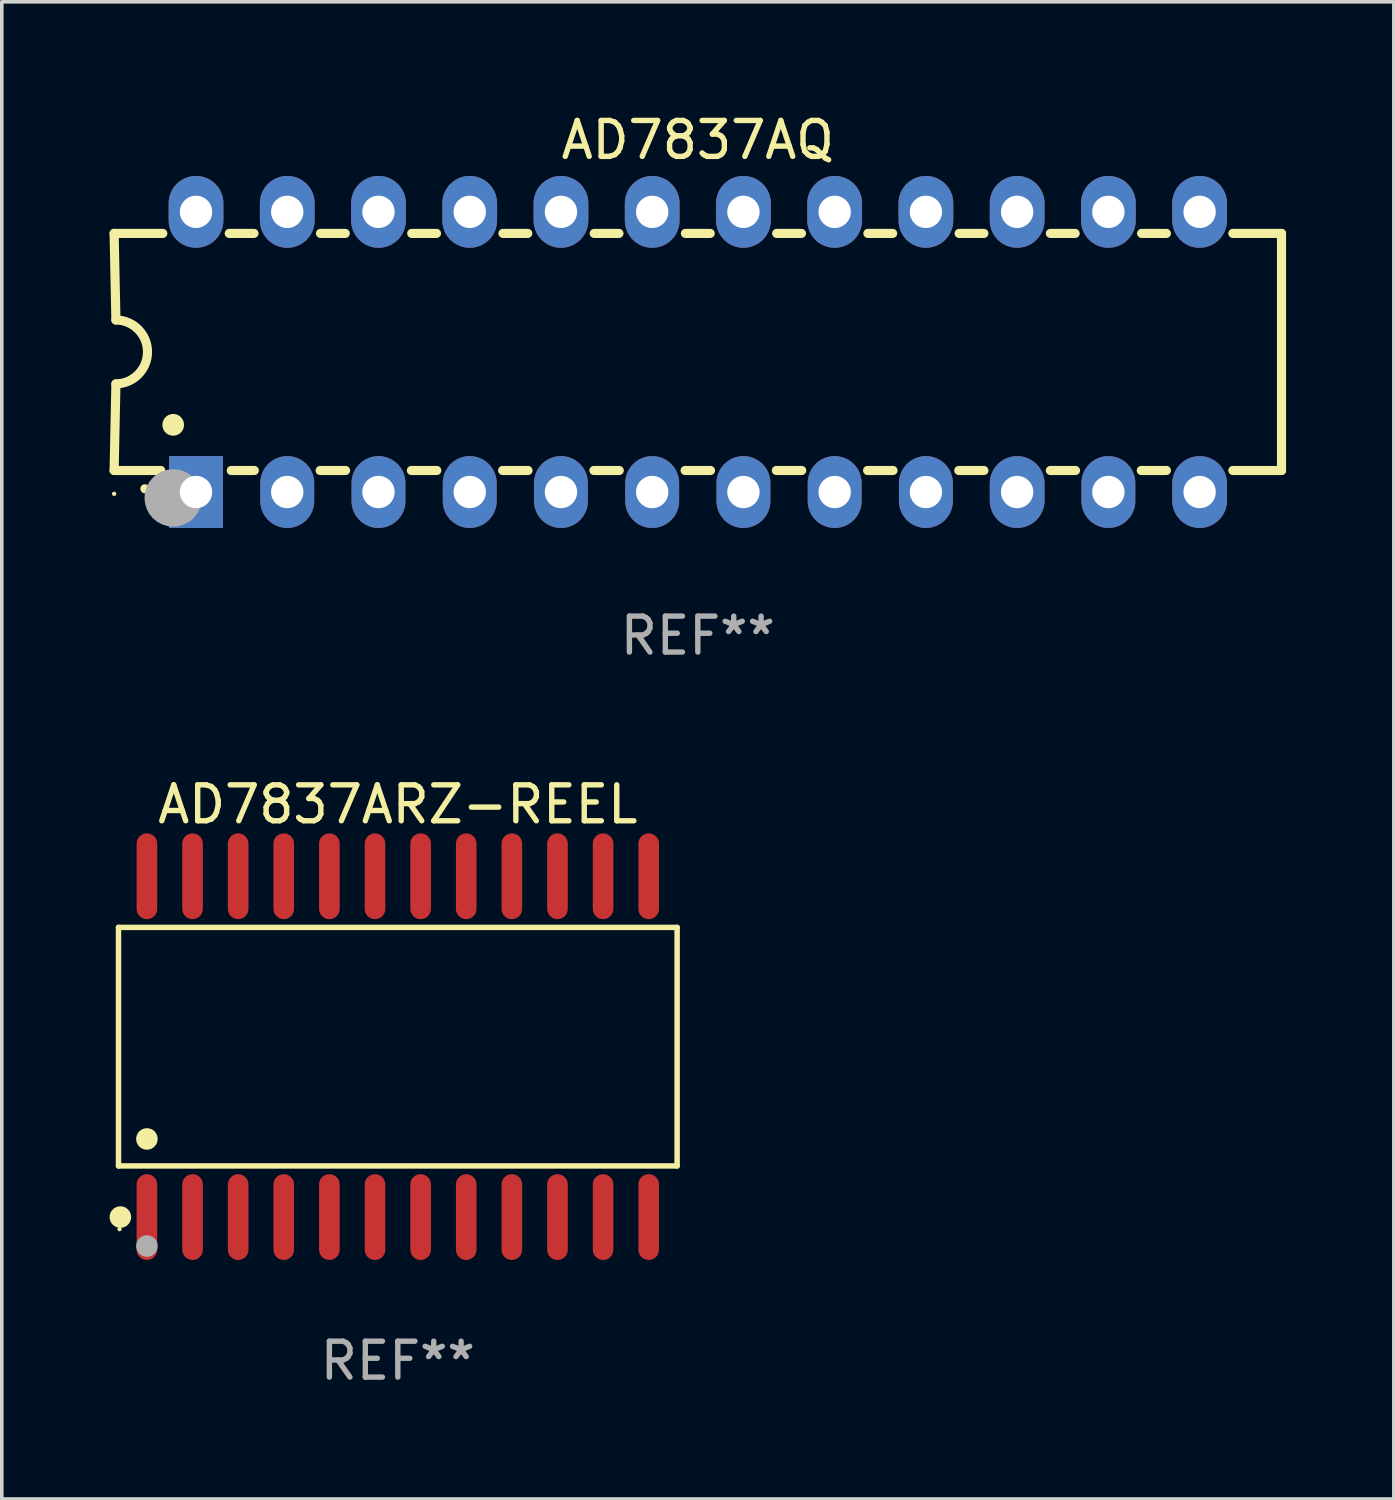
<source format=kicad_pcb>
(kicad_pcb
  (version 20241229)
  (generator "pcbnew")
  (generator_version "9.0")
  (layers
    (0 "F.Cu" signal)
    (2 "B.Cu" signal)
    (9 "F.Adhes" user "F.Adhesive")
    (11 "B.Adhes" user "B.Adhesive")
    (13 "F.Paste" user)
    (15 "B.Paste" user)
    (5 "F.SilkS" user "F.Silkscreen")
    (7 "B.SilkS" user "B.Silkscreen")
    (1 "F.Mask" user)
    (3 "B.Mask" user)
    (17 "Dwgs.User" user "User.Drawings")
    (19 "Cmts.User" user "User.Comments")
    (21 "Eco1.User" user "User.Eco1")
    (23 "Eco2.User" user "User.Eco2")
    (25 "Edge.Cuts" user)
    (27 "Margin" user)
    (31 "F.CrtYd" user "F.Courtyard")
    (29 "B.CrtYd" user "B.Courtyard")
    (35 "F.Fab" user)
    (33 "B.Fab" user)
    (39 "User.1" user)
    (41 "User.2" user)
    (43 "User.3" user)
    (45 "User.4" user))
  (footprint "AD7837AQ"
    (layer "F.Cu")
    (at 16.377 6.748)
    (property "Reference" "AD7837AQ" (at 0 -5.9 0) (layer "F.SilkS") (effects (font (size 1 1) (thickness 0.15))))
    (attr through_hole)
    (fp_line (start -16.25 -3.3) (end -16.2 -0.889) (stroke (width 0.254) (type solid)) (layer "F.SilkS"))
    (fp_line (start -16.25 -3.3) (end -14.895 -3.3) (stroke (width 0.254) (type solid)) (layer "F.SilkS"))
    (fp_line (start -16.25 3.3) (end -16.2 0.889) (stroke (width 0.254) (type solid)) (layer "F.SilkS"))
    (fp_line (start -16.25 3.3) (end -14.951 3.3) (stroke (width 0.254) (type solid)) (layer "F.SilkS"))
    (fp_line (start -13.045 -3.3) (end -12.355 -3.3) (stroke (width 0.254) (type solid)) (layer "F.SilkS"))
    (fp_line (start -12.989 3.3) (end -12.347 3.3) (stroke (width 0.254) (type solid)) (layer "F.SilkS"))
    (fp_line (start -10.514 3.3) (end -9.807 3.3) (stroke (width 0.254) (type solid)) (layer "F.SilkS"))
    (fp_line (start -10.505 -3.3) (end -9.815 -3.3) (stroke (width 0.254) (type solid)) (layer "F.SilkS"))
    (fp_line (start -7.974 3.3) (end -7.267 3.3) (stroke (width 0.254) (type solid)) (layer "F.SilkS"))
    (fp_line (start -7.965 -3.3) (end -7.275 -3.3) (stroke (width 0.254) (type solid)) (layer "F.SilkS"))
    (fp_line (start -5.434 3.3) (end -4.727 3.3) (stroke (width 0.254) (type solid)) (layer "F.SilkS"))
    (fp_line (start -5.425 -3.3) (end -4.735 -3.3) (stroke (width 0.254) (type solid)) (layer "F.SilkS"))
    (fp_line (start -2.894 3.3) (end -2.187 3.3) (stroke (width 0.254) (type solid)) (layer "F.SilkS"))
    (fp_line (start -2.885 -3.3) (end -2.195 -3.3) (stroke (width 0.254) (type solid)) (layer "F.SilkS"))
    (fp_line (start -0.354 3.3) (end 0.353 3.3) (stroke (width 0.254) (type solid)) (layer "F.SilkS"))
    (fp_line (start -0.345 -3.3) (end 0.345 -3.3) (stroke (width 0.254) (type solid)) (layer "F.SilkS"))
    (fp_line (start 2.186 3.3) (end 2.893 3.3) (stroke (width 0.254) (type solid)) (layer "F.SilkS"))
    (fp_line (start 2.195 -3.3) (end 2.885 -3.3) (stroke (width 0.254) (type solid)) (layer "F.SilkS"))
    (fp_line (start 4.726 3.3) (end 5.434 3.3) (stroke (width 0.254) (type solid)) (layer "F.SilkS"))
    (fp_line (start 4.735 -3.3) (end 5.425 -3.3) (stroke (width 0.254) (type solid)) (layer "F.SilkS"))
    (fp_line (start 7.266 3.3) (end 7.965 3.3) (stroke (width 0.254) (type solid)) (layer "F.SilkS"))
    (fp_line (start 7.275 -3.3) (end 7.965 -3.3) (stroke (width 0.254) (type solid)) (layer "F.SilkS"))
    (fp_line (start 9.815 -3.3) (end 10.505 -3.3) (stroke (width 0.254) (type solid)) (layer "F.SilkS"))
    (fp_line (start 9.815 3.3) (end 10.514 3.3) (stroke (width 0.254) (type solid)) (layer "F.SilkS"))
    (fp_line (start 12.346 3.3) (end 13.045 3.3) (stroke (width 0.254) (type solid)) (layer "F.SilkS"))
    (fp_line (start 12.355 -3.3) (end 13.045 -3.3) (stroke (width 0.254) (type solid)) (layer "F.SilkS"))
    (fp_line (start 16.25 -3.3) (end 14.895 -3.3) (stroke (width 0.254) (type solid)) (layer "F.SilkS"))
    (fp_line (start 16.25 -3.3) (end 16.25 3.3) (stroke (width 0.254) (type solid)) (layer "F.SilkS"))
    (fp_line (start 16.25 3.3) (end 14.895 3.3) (stroke (width 0.254) (type solid)) (layer "F.SilkS"))
    (fp_arc (start -16.201016 -0.890146) (mid -15.311429 -0.001055) (end -16.200025 0.889027) (stroke (width 0.254001) (type solid)) (layer "F.SilkS"))
    (fp_arc (start -15.394971 3.810033) (mid -15.394978 3.808763) (end -15.394971 3.807493) (stroke (width 0.25) (type solid)) (layer "F.SilkS"))
    (fp_arc (start -14.605029 2.032029) (mid -14.60504 2.029489) (end -14.605029 2.026949) (stroke (width 0.6) (type solid)) (layer "F.SilkS"))
    (fp_circle (center -16.25 3.95) (end -16.22 3.95) (stroke (width 0.06) (type solid)) (fill no) (layer "F.SilkS"))
    (fp_circle (center -14.605 4.064) (end -14.205 4.064) (stroke (width 0.8) (type solid)) (fill no) (layer "F.Fab"))
    (fp_text user "REF**" (at 0 7.9 0) (layer "F.Fab") (effects (font (size 1 1) (thickness 0.15))))
    (pad "1" thru_hole rect (at -13.97 3.9 90) (size 2 1.5) (drill 0.9) (layers "*.Cu" "*.Mask"))
    (pad "2" thru_hole oval (at -11.43 3.9 90) (size 2 1.5) (drill 0.9) (layers "*.Cu" "*.Mask"))
    (pad "3" thru_hole oval (at -8.89 3.9 90) (size 2 1.5) (drill 0.9) (layers "*.Cu" "*.Mask"))
    (pad "4" thru_hole oval (at -6.35 3.9 90) (size 2 1.5) (drill 0.9) (layers "*.Cu" "*.Mask"))
    (pad "5" thru_hole oval (at -3.81 3.9 90) (size 2 1.5) (drill 0.9) (layers "*.Cu" "*.Mask"))
    (pad "6" thru_hole oval (at -1.27 3.9 90) (size 2 1.5) (drill 0.9) (layers "*.Cu" "*.Mask"))
    (pad "7" thru_hole oval (at 1.27 3.9 90) (size 2 1.5) (drill 0.9) (layers "*.Cu" "*.Mask"))
    (pad "8" thru_hole oval (at 3.81 3.9 90) (size 2 1.5) (drill 0.9) (layers "*.Cu" "*.Mask"))
    (pad "9" thru_hole oval (at 6.35 3.9 90) (size 2 1.5) (drill 0.9) (layers "*.Cu" "*.Mask"))
    (pad "10" thru_hole oval (at 8.89 3.9 90) (size 2 1.524) (drill 0.9) (layers "*.Cu" "*.Mask"))
    (pad "11" thru_hole oval (at 11.43 3.9 90) (size 2 1.5) (drill 0.9) (layers "*.Cu" "*.Mask"))
    (pad "12" thru_hole oval (at 13.97 3.9 90) (size 2 1.524) (drill 0.9) (layers "*.Cu" "*.Mask"))
    (pad "13" thru_hole oval (at 13.97 -3.9 90) (size 2 1.524) (drill 0.9) (layers "*.Cu" "*.Mask"))
    (pad "14" thru_hole oval (at 11.43 -3.9 90) (size 2 1.524) (drill 0.9) (layers "*.Cu" "*.Mask"))
    (pad "15" thru_hole oval (at 8.89 -3.9 90) (size 2 1.524) (drill 0.9) (layers "*.Cu" "*.Mask"))
    (pad "16" thru_hole oval (at 6.35 -3.9 90) (size 2 1.524) (drill 0.9) (layers "*.Cu" "*.Mask"))
    (pad "17" thru_hole oval (at 3.81 -3.9 90) (size 2 1.524) (drill 0.9) (layers "*.Cu" "*.Mask"))
    (pad "18" thru_hole oval (at 1.27 -3.9 90) (size 2 1.524) (drill 0.9) (layers "*.Cu" "*.Mask"))
    (pad "19" thru_hole oval (at -1.27 -3.9 90) (size 2 1.524) (drill 0.9) (layers "*.Cu" "*.Mask"))
    (pad "20" thru_hole oval (at -3.81 -3.9 90) (size 2 1.524) (drill 0.9) (layers "*.Cu" "*.Mask"))
    (pad "21" thru_hole oval (at -6.35 -3.9 90) (size 2 1.524) (drill 0.9) (layers "*.Cu" "*.Mask"))
    (pad "22" thru_hole oval (at -8.89 -3.9 90) (size 2 1.524) (drill 0.9) (layers "*.Cu" "*.Mask"))
    (pad "23" thru_hole oval (at -11.43 -3.9 90) (size 2 1.524) (drill 0.9) (layers "*.Cu" "*.Mask"))
    (pad "24" thru_hole oval (at -13.97 -3.9 90) (size 2 1.524) (drill 0.9) (layers "*.Cu" "*.Mask")))
  (footprint "AD7837ARZ-REEL"
    (layer "F.Cu")
    (at 8.025 26.089)
    (property "Reference" "AD7837ARZ-REEL" (at 0 -6.744 0) (layer "F.SilkS") (effects (font (size 1 1) (thickness 0.15))))
    (attr through_hole)
    (fp_line (start -7.776 -3.321) (end 7.776 -3.321) (stroke (width 0.152) (type solid)) (layer "F.SilkS"))
    (fp_line (start -7.776 3.321) (end -7.776 -3.321) (stroke (width 0.152) (type solid)) (layer "F.SilkS"))
    (fp_line (start 7.776 -3.321) (end 7.776 3.321) (stroke (width 0.152) (type solid)) (layer "F.SilkS"))
    (fp_line (start 7.776 3.321) (end -7.776 3.321) (stroke (width 0.152) (type solid)) (layer "F.SilkS"))
    (fp_circle (center -7.747 5.08) (end -7.717 5.08) (stroke (width 0.06) (type solid)) (fill no) (layer "F.SilkS"))
    (fp_circle (center -7.724 4.744) (end -7.574 4.744) (stroke (width 0.3) (type solid)) (fill no) (layer "F.SilkS"))
    (fp_circle (center -6.985 2.569) (end -6.835 2.569) (stroke (width 0.3) (type solid)) (fill no) (layer "F.SilkS"))
    (fp_circle (center -6.985 5.55) (end -6.835 5.55) (stroke (width 0.3) (type solid)) (fill no) (layer "F.Fab"))
    (fp_text user "REF**" (at 0 8.744 0) (layer "F.Fab") (effects (font (size 1 1) (thickness 0.15))))
    (pad "1" smd oval (at -6.985 4.744) (size 0.574 2.388) (layers "F.Cu" "F.Mask" "F.Paste"))
    (pad "2" smd oval (at -5.715 4.744) (size 0.574 2.388) (layers "F.Cu" "F.Mask" "F.Paste"))
    (pad "3" smd oval (at -4.445 4.744) (size 0.574 2.388) (layers "F.Cu" "F.Mask" "F.Paste"))
    (pad "4" smd oval (at -3.175 4.744) (size 0.574 2.388) (layers "F.Cu" "F.Mask" "F.Paste"))
    (pad "5" smd oval (at -1.905 4.744) (size 0.574 2.388) (layers "F.Cu" "F.Mask" "F.Paste"))
    (pad "6" smd oval (at -0.635 4.744) (size 0.574 2.388) (layers "F.Cu" "F.Mask" "F.Paste"))
    (pad "7" smd oval (at 0.635 4.744) (size 0.574 2.388) (layers "F.Cu" "F.Mask" "F.Paste"))
    (pad "8" smd oval (at 1.905 4.744) (size 0.574 2.388) (layers "F.Cu" "F.Mask" "F.Paste"))
    (pad "9" smd oval (at 3.175 4.744) (size 0.574 2.388) (layers "F.Cu" "F.Mask" "F.Paste"))
    (pad "10" smd oval (at 4.445 4.744) (size 0.574 2.388) (layers "F.Cu" "F.Mask" "F.Paste"))
    (pad "11" smd oval (at 5.715 4.744) (size 0.574 2.388) (layers "F.Cu" "F.Mask" "F.Paste"))
    (pad "12" smd oval (at 6.985 4.744) (size 0.574 2.388) (layers "F.Cu" "F.Mask" "F.Paste"))
    (pad "13" smd oval (at 6.985 -4.744) (size 0.574 2.388) (layers "F.Cu" "F.Mask" "F.Paste"))
    (pad "14" smd oval (at 5.715 -4.744) (size 0.574 2.388) (layers "F.Cu" "F.Mask" "F.Paste"))
    (pad "15" smd oval (at 4.445 -4.744) (size 0.574 2.388) (layers "F.Cu" "F.Mask" "F.Paste"))
    (pad "16" smd oval (at 3.175 -4.744) (size 0.574 2.388) (layers "F.Cu" "F.Mask" "F.Paste"))
    (pad "17" smd oval (at 1.905 -4.744) (size 0.574 2.388) (layers "F.Cu" "F.Mask" "F.Paste"))
    (pad "18" smd oval (at 0.635 -4.744) (size 0.574 2.388) (layers "F.Cu" "F.Mask" "F.Paste"))
    (pad "19" smd oval (at -0.635 -4.744) (size 0.574 2.388) (layers "F.Cu" "F.Mask" "F.Paste"))
    (pad "20" smd oval (at -1.905 -4.744) (size 0.574 2.388) (layers "F.Cu" "F.Mask" "F.Paste"))
    (pad "21" smd oval (at -3.175 -4.744) (size 0.574 2.388) (layers "F.Cu" "F.Mask" "F.Paste"))
    (pad "22" smd oval (at -4.445 -4.744) (size 0.574 2.388) (layers "F.Cu" "F.Mask" "F.Paste"))
    (pad "23" smd oval (at -5.715 -4.744) (size 0.574 2.388) (layers "F.Cu" "F.Mask" "F.Paste"))
    (pad "24" smd oval (at -6.985 -4.744) (size 0.574 2.388) (layers "F.Cu" "F.Mask" "F.Paste")))
  (gr_rect
    (start -3 -3)
    (end 35.754 38.681)
    (stroke (width 0.1) (type default))
    (fill no)
    (layer "Edge.Cuts")))
</source>
